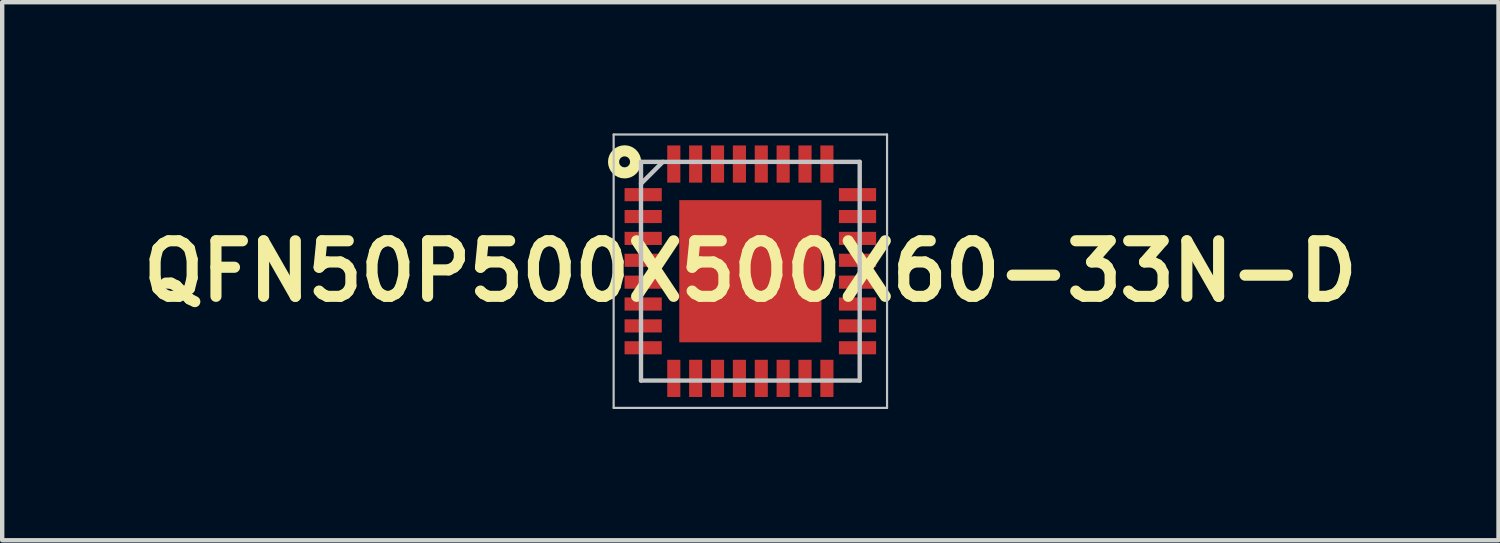
<source format=kicad_pcb>
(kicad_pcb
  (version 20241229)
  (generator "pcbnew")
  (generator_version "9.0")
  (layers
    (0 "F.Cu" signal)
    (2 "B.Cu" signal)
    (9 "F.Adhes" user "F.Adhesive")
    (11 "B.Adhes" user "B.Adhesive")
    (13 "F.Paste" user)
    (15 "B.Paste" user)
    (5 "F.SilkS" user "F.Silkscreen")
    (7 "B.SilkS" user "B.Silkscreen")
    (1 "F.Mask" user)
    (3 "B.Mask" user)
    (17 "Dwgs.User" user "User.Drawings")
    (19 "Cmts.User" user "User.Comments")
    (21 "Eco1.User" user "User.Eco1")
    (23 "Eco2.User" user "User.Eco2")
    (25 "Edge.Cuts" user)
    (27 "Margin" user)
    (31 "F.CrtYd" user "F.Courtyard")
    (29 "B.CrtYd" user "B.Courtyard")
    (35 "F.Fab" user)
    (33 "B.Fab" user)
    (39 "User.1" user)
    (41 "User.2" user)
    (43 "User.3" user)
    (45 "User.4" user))
  (footprint "QFN50P500X500X60-33N-D"
    (layer "F.Cu")
    (at 14.103 3.15)
    (property "Reference" "QFN50P500X500X60-33N-D" (at 0 0 0) (layer "F.SilkS") (effects (font (size 1.27 1.27) (thickness 0.254))))
    (attr smd)
    (fp_circle (center -2.875 -2.5) (end -2.75 -2.5) (stroke (width 0.254) (type solid)) (fill no) (layer "F.SilkS"))
    (fp_line (start -3.125 -3.125) (end 3.125 -3.125) (stroke (width 0.05) (type solid)) (layer "Dwgs.User"))
    (fp_line (start -3.125 3.125) (end -3.125 -3.125) (stroke (width 0.05) (type solid)) (layer "Dwgs.User"))
    (fp_line (start -2.5 -2.5) (end 2.5 -2.5) (stroke (width 0.1) (type solid)) (layer "Dwgs.User"))
    (fp_line (start -2.5 -2) (end -2 -2.5) (stroke (width 0.1) (type solid)) (layer "Dwgs.User"))
    (fp_line (start -2.5 2.5) (end -2.5 -2.5) (stroke (width 0.1) (type solid)) (layer "Dwgs.User"))
    (fp_line (start 2.5 -2.5) (end 2.5 2.5) (stroke (width 0.1) (type solid)) (layer "Dwgs.User"))
    (fp_line (start 2.5 2.5) (end -2.5 2.5) (stroke (width 0.1) (type solid)) (layer "Dwgs.User"))
    (fp_line (start 3.125 -3.125) (end 3.125 3.125) (stroke (width 0.05) (type solid)) (layer "Dwgs.User"))
    (fp_line (start 3.125 3.125) (end -3.125 3.125) (stroke (width 0.05) (type solid)) (layer "Dwgs.User"))
    (pad "1" smd rect (at -2.45 -1.75 90) (size 0.3 0.85) (layers "F.Cu" "F.Mask" "F.Paste"))
    (pad "2" smd rect (at -2.45 -1.25 90) (size 0.3 0.85) (layers "F.Cu" "F.Mask" "F.Paste"))
    (pad "3" smd rect (at -2.45 -0.75 90) (size 0.3 0.85) (layers "F.Cu" "F.Mask" "F.Paste"))
    (pad "4" smd rect (at -2.45 -0.25 90) (size 0.3 0.85) (layers "F.Cu" "F.Mask" "F.Paste"))
    (pad "5" smd rect (at -2.45 0.25 90) (size 0.3 0.85) (layers "F.Cu" "F.Mask" "F.Paste"))
    (pad "6" smd rect (at -2.45 0.75 90) (size 0.3 0.85) (layers "F.Cu" "F.Mask" "F.Paste"))
    (pad "7" smd rect (at -2.45 1.25 90) (size 0.3 0.85) (layers "F.Cu" "F.Mask" "F.Paste"))
    (pad "8" smd rect (at -2.45 1.75 90) (size 0.3 0.85) (layers "F.Cu" "F.Mask" "F.Paste"))
    (pad "9" smd rect (at -1.75 2.45) (size 0.3 0.85) (layers "F.Cu" "F.Mask" "F.Paste"))
    (pad "10" smd rect (at -1.25 2.45) (size 0.3 0.85) (layers "F.Cu" "F.Mask" "F.Paste"))
    (pad "11" smd rect (at -0.75 2.45) (size 0.3 0.85) (layers "F.Cu" "F.Mask" "F.Paste"))
    (pad "12" smd rect (at -0.25 2.45) (size 0.3 0.85) (layers "F.Cu" "F.Mask" "F.Paste"))
    (pad "13" smd rect (at 0.25 2.45) (size 0.3 0.85) (layers "F.Cu" "F.Mask" "F.Paste"))
    (pad "14" smd rect (at 0.75 2.45) (size 0.3 0.85) (layers "F.Cu" "F.Mask" "F.Paste"))
    (pad "15" smd rect (at 1.25 2.45) (size 0.3 0.85) (layers "F.Cu" "F.Mask" "F.Paste"))
    (pad "16" smd rect (at 1.75 2.45) (size 0.3 0.85) (layers "F.Cu" "F.Mask" "F.Paste"))
    (pad "17" smd rect (at 2.45 1.75 90) (size 0.3 0.85) (layers "F.Cu" "F.Mask" "F.Paste"))
    (pad "18" smd rect (at 2.45 1.25 90) (size 0.3 0.85) (layers "F.Cu" "F.Mask" "F.Paste"))
    (pad "19" smd rect (at 2.45 0.75 90) (size 0.3 0.85) (layers "F.Cu" "F.Mask" "F.Paste"))
    (pad "20" smd rect (at 2.45 0.25 90) (size 0.3 0.85) (layers "F.Cu" "F.Mask" "F.Paste"))
    (pad "21" smd rect (at 2.45 -0.25 90) (size 0.3 0.85) (layers "F.Cu" "F.Mask" "F.Paste"))
    (pad "22" smd rect (at 2.45 -0.75 90) (size 0.3 0.85) (layers "F.Cu" "F.Mask" "F.Paste"))
    (pad "23" smd rect (at 2.45 -1.25 90) (size 0.3 0.85) (layers "F.Cu" "F.Mask" "F.Paste"))
    (pad "24" smd rect (at 2.45 -1.75 90) (size 0.3 0.85) (layers "F.Cu" "F.Mask" "F.Paste"))
    (pad "25" smd rect (at 1.75 -2.45) (size 0.3 0.85) (layers "F.Cu" "F.Mask" "F.Paste"))
    (pad "26" smd rect (at 1.25 -2.45) (size 0.3 0.85) (layers "F.Cu" "F.Mask" "F.Paste"))
    (pad "27" smd rect (at 0.75 -2.45) (size 0.3 0.85) (layers "F.Cu" "F.Mask" "F.Paste"))
    (pad "28" smd rect (at 0.25 -2.45) (size 0.3 0.85) (layers "F.Cu" "F.Mask" "F.Paste"))
    (pad "29" smd rect (at -0.25 -2.45) (size 0.3 0.85) (layers "F.Cu" "F.Mask" "F.Paste"))
    (pad "30" smd rect (at -0.75 -2.45) (size 0.3 0.85) (layers "F.Cu" "F.Mask" "F.Paste"))
    (pad "31" smd rect (at -1.25 -2.45) (size 0.3 0.85) (layers "F.Cu" "F.Mask" "F.Paste"))
    (pad "32" smd rect (at -1.75 -2.45) (size 0.3 0.85) (layers "F.Cu" "F.Mask" "F.Paste"))
    (pad "33" smd rect (at 0 0) (size 3.25 3.25) (layers "F.Cu" "F.Mask" "F.Paste")))
  (gr_rect
    (start -3 -3)
    (end 31.206 9.3)
    (stroke (width 0.1) (type default))
    (fill no)
    (layer "Edge.Cuts")))
</source>
